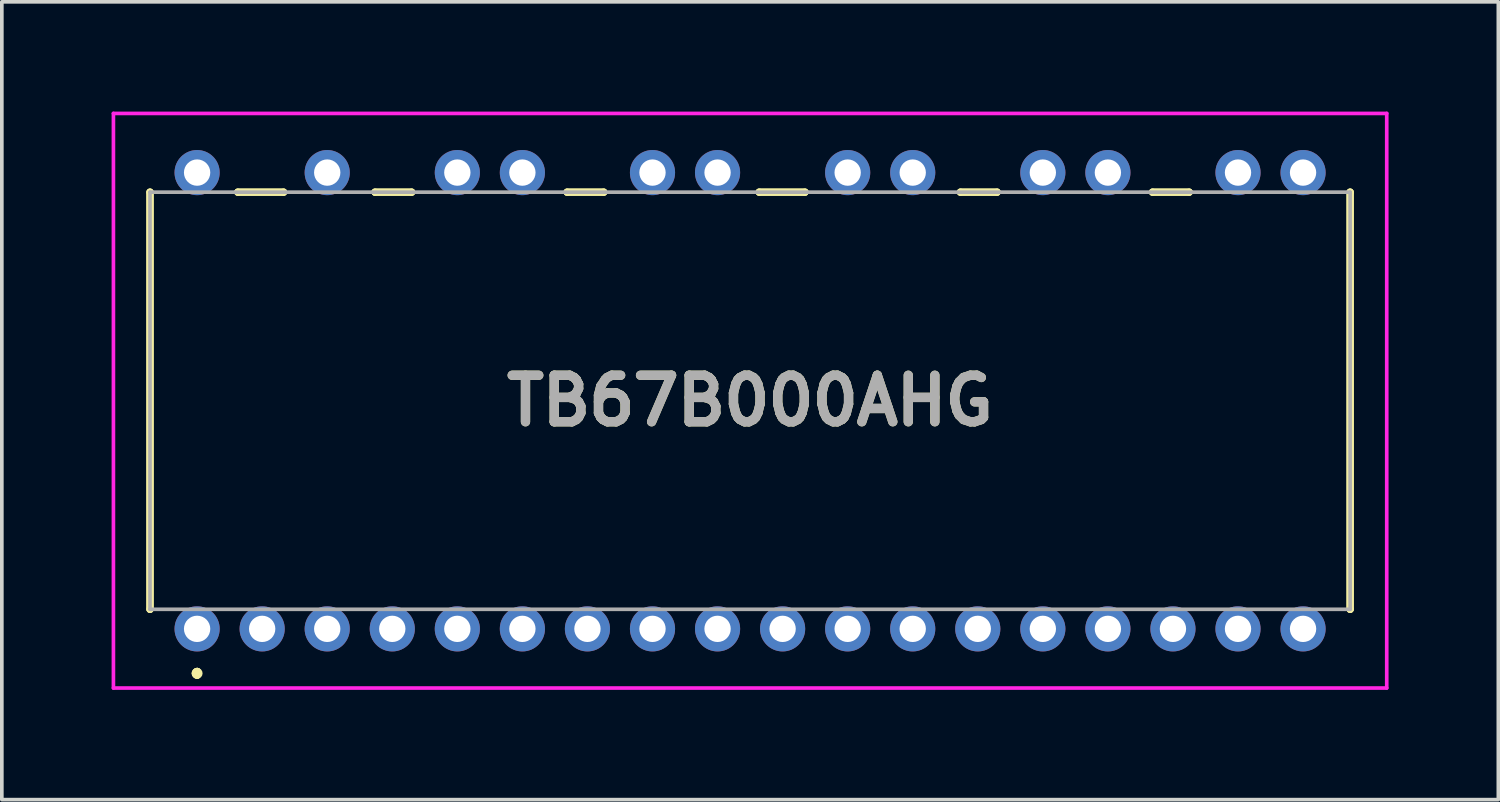
<source format=kicad_pcb>
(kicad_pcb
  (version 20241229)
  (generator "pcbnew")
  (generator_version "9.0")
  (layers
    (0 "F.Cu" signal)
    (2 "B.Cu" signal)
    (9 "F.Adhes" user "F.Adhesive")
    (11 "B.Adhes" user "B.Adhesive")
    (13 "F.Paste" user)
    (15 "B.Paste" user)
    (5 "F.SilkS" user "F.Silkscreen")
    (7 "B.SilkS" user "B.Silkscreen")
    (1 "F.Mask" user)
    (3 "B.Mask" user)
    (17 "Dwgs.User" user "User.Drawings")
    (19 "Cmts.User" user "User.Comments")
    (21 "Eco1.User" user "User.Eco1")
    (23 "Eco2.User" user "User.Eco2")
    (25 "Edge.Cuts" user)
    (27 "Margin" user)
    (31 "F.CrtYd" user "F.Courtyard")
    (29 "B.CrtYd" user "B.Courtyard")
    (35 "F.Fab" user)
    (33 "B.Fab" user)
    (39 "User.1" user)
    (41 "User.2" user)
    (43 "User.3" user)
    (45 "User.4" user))
  (footprint "TB67B000AHG"
    (layer "F.Cu")
    (at 2.337 14.137)
    (property "Reference" "TB67B000AHG" (at 15.113 -6.235 0) (layer "F.SilkS") (effects (font (size 1.27 1.27) (thickness 0.254))))
    (attr through_hole)
    (fp_line (start -1.287 -11.935) (end -1.287 -11.935) (stroke (width 0.2) (type solid)) (layer "F.SilkS"))
    (fp_line (start -1.287 -11.935) (end -1.287 -0.535) (stroke (width 0.2) (type solid)) (layer "F.SilkS"))
    (fp_line (start -1.287 -0.535) (end -1.287 -11.935) (stroke (width 0.2) (type solid)) (layer "F.SilkS"))
    (fp_line (start -1.287 -0.535) (end -1.287 -0.535) (stroke (width 0.2) (type solid)) (layer "F.SilkS"))
    (fp_line (start 0 1.165) (end 0 1.165) (stroke (width 0.2) (type solid)) (layer "F.SilkS"))
    (fp_line (start 0 1.165) (end 0 1.165) (stroke (width 0.2) (type solid)) (layer "F.SilkS"))
    (fp_line (start 0 1.265) (end 0 1.265) (stroke (width 0.2) (type solid)) (layer "F.SilkS"))
    (fp_line (start 1.113 -11.935) (end 1.113 -11.935) (stroke (width 0.2) (type solid)) (layer "F.SilkS"))
    (fp_line (start 1.113 -11.935) (end 2.363 -11.935) (stroke (width 0.2) (type solid)) (layer "F.SilkS"))
    (fp_line (start 2.363 -11.935) (end 1.113 -11.935) (stroke (width 0.2) (type solid)) (layer "F.SilkS"))
    (fp_line (start 2.363 -11.935) (end 2.363 -11.935) (stroke (width 0.2) (type solid)) (layer "F.SilkS"))
    (fp_line (start 4.863 -11.935) (end 4.863 -11.935) (stroke (width 0.2) (type solid)) (layer "F.SilkS"))
    (fp_line (start 4.863 -11.935) (end 5.863 -11.935) (stroke (width 0.2) (type solid)) (layer "F.SilkS"))
    (fp_line (start 5.863 -11.935) (end 4.863 -11.935) (stroke (width 0.2) (type solid)) (layer "F.SilkS"))
    (fp_line (start 5.863 -11.935) (end 5.863 -11.935) (stroke (width 0.2) (type solid)) (layer "F.SilkS"))
    (fp_line (start 10.113 -11.935) (end 10.113 -11.935) (stroke (width 0.2) (type solid)) (layer "F.SilkS"))
    (fp_line (start 10.113 -11.935) (end 11.113 -11.935) (stroke (width 0.2) (type solid)) (layer "F.SilkS"))
    (fp_line (start 11.113 -11.935) (end 10.113 -11.935) (stroke (width 0.2) (type solid)) (layer "F.SilkS"))
    (fp_line (start 11.113 -11.935) (end 11.113 -11.935) (stroke (width 0.2) (type solid)) (layer "F.SilkS"))
    (fp_line (start 15.363 -11.935) (end 15.363 -11.935) (stroke (width 0.2) (type solid)) (layer "F.SilkS"))
    (fp_line (start 15.363 -11.935) (end 16.613 -11.935) (stroke (width 0.2) (type solid)) (layer "F.SilkS"))
    (fp_line (start 16.613 -11.935) (end 15.363 -11.935) (stroke (width 0.2) (type solid)) (layer "F.SilkS"))
    (fp_line (start 16.613 -11.935) (end 16.613 -11.935) (stroke (width 0.2) (type solid)) (layer "F.SilkS"))
    (fp_line (start 20.863 -11.935) (end 20.863 -11.935) (stroke (width 0.2) (type solid)) (layer "F.SilkS"))
    (fp_line (start 20.863 -11.935) (end 21.863 -11.935) (stroke (width 0.2) (type solid)) (layer "F.SilkS"))
    (fp_line (start 21.863 -11.935) (end 20.863 -11.935) (stroke (width 0.2) (type solid)) (layer "F.SilkS"))
    (fp_line (start 21.863 -11.935) (end 21.863 -11.935) (stroke (width 0.2) (type solid)) (layer "F.SilkS"))
    (fp_line (start 26.113 -11.935) (end 26.113 -11.935) (stroke (width 0.2) (type solid)) (layer "F.SilkS"))
    (fp_line (start 26.113 -11.935) (end 27.113 -11.935) (stroke (width 0.2) (type solid)) (layer "F.SilkS"))
    (fp_line (start 27.113 -11.935) (end 26.113 -11.935) (stroke (width 0.2) (type solid)) (layer "F.SilkS"))
    (fp_line (start 27.113 -11.935) (end 27.113 -11.935) (stroke (width 0.2) (type solid)) (layer "F.SilkS"))
    (fp_line (start 31.513 -11.935) (end 31.513 -11.935) (stroke (width 0.2) (type solid)) (layer "F.SilkS"))
    (fp_line (start 31.513 -11.935) (end 31.513 -0.535) (stroke (width 0.2) (type solid)) (layer "F.SilkS"))
    (fp_line (start 31.513 -0.535) (end 31.513 -11.935) (stroke (width 0.2) (type solid)) (layer "F.SilkS"))
    (fp_line (start 31.513 -0.535) (end 31.513 -0.535) (stroke (width 0.2) (type solid)) (layer "F.SilkS"))
    (fp_arc (start 0 1.165) (mid 0.05 1.215) (end 0 1.265) (stroke (width 0.2) (type solid)) (layer "F.SilkS"))
    (fp_arc (start 0 1.265) (mid -0.05 1.215) (end 0 1.165) (stroke (width 0.2) (type solid)) (layer "F.SilkS"))
    (fp_arc (start 0 1.265) (mid -0.05 1.215) (end 0 1.165) (stroke (width 0.2) (type solid)) (layer "F.SilkS"))
    (fp_line (start -2.287 -14.087) (end 32.513 -14.087) (stroke (width 0.1) (type solid)) (layer "F.CrtYd"))
    (fp_line (start -2.287 1.617) (end -2.287 -14.087) (stroke (width 0.1) (type solid)) (layer "F.CrtYd"))
    (fp_line (start 32.513 -14.087) (end 32.513 1.617) (stroke (width 0.1) (type solid)) (layer "F.CrtYd"))
    (fp_line (start 32.513 1.617) (end -2.287 1.617) (stroke (width 0.1) (type solid)) (layer "F.CrtYd"))
    (fp_line (start -1.287 -11.935) (end -1.287 -0.535) (stroke (width 0.1) (type solid)) (layer "F.Fab"))
    (fp_line (start -1.287 -0.535) (end 31.513 -0.535) (stroke (width 0.1) (type solid)) (layer "F.Fab"))
    (fp_line (start 31.513 -11.935) (end -1.287 -11.935) (stroke (width 0.1) (type solid)) (layer "F.Fab"))
    (fp_line (start 31.513 -0.535) (end 31.513 -11.935) (stroke (width 0.1) (type solid)) (layer "F.Fab"))
    (fp_text user "${REFERENCE}" (at 15.113 -6.235 0) (layer "F.Fab") (effects (font (size 1.27 1.27) (thickness 0.254))))
    (pad "1" thru_hole circle (at 0 0) (size 1.234 1.234) (drill 0.72) (layers "*.Cu" "*.Mask"))
    (pad "2" thru_hole circle (at 1.778 0) (size 1.234 1.234) (drill 0.72) (layers "*.Cu" "*.Mask"))
    (pad "3" thru_hole circle (at 3.556 0) (size 1.234 1.234) (drill 0.72) (layers "*.Cu" "*.Mask"))
    (pad "4" thru_hole circle (at 5.334 0) (size 1.234 1.234) (drill 0.72) (layers "*.Cu" "*.Mask"))
    (pad "5" thru_hole circle (at 7.112 0) (size 1.234 1.234) (drill 0.72) (layers "*.Cu" "*.Mask"))
    (pad "6" thru_hole circle (at 8.89 0) (size 1.234 1.234) (drill 0.72) (layers "*.Cu" "*.Mask"))
    (pad "7" thru_hole circle (at 10.668 0) (size 1.234 1.234) (drill 0.72) (layers "*.Cu" "*.Mask"))
    (pad "8" thru_hole circle (at 12.446 0) (size 1.234 1.234) (drill 0.72) (layers "*.Cu" "*.Mask"))
    (pad "9" thru_hole circle (at 14.224 0) (size 1.234 1.234) (drill 0.72) (layers "*.Cu" "*.Mask"))
    (pad "10" thru_hole circle (at 16.002 0) (size 1.234 1.234) (drill 0.72) (layers "*.Cu" "*.Mask"))
    (pad "11" thru_hole circle (at 17.78 0) (size 1.234 1.234) (drill 0.72) (layers "*.Cu" "*.Mask"))
    (pad "12" thru_hole circle (at 19.558 0) (size 1.234 1.234) (drill 0.72) (layers "*.Cu" "*.Mask"))
    (pad "13" thru_hole circle (at 21.336 0) (size 1.234 1.234) (drill 0.72) (layers "*.Cu" "*.Mask"))
    (pad "14" thru_hole circle (at 23.114 0) (size 1.234 1.234) (drill 0.72) (layers "*.Cu" "*.Mask"))
    (pad "15" thru_hole circle (at 24.892 0) (size 1.234 1.234) (drill 0.72) (layers "*.Cu" "*.Mask"))
    (pad "16" thru_hole circle (at 26.67 0) (size 1.234 1.234) (drill 0.72) (layers "*.Cu" "*.Mask"))
    (pad "17" thru_hole circle (at 28.448 0) (size 1.234 1.234) (drill 0.72) (layers "*.Cu" "*.Mask"))
    (pad "18" thru_hole circle (at 30.226 0) (size 1.234 1.234) (drill 0.72) (layers "*.Cu" "*.Mask"))
    (pad "19" thru_hole circle (at 30.226 -12.47) (size 1.234 1.234) (drill 0.72) (layers "*.Cu" "*.Mask"))
    (pad "20" thru_hole circle (at 28.448 -12.47) (size 1.234 1.234) (drill 0.72) (layers "*.Cu" "*.Mask"))
    (pad "21" thru_hole circle (at 24.892 -12.47) (size 1.234 1.234) (drill 0.72) (layers "*.Cu" "*.Mask"))
    (pad "22" thru_hole circle (at 23.114 -12.47) (size 1.234 1.234) (drill 0.72) (layers "*.Cu" "*.Mask"))
    (pad "23" thru_hole circle (at 19.558 -12.47) (size 1.234 1.234) (drill 0.72) (layers "*.Cu" "*.Mask"))
    (pad "24" thru_hole circle (at 17.78 -12.47) (size 1.234 1.234) (drill 0.72) (layers "*.Cu" "*.Mask"))
    (pad "25" thru_hole circle (at 14.224 -12.47) (size 1.234 1.234) (drill 0.72) (layers "*.Cu" "*.Mask"))
    (pad "26" thru_hole circle (at 12.446 -12.47) (size 1.234 1.234) (drill 0.72) (layers "*.Cu" "*.Mask"))
    (pad "27" thru_hole circle (at 8.89 -12.47) (size 1.234 1.234) (drill 0.72) (layers "*.Cu" "*.Mask"))
    (pad "28" thru_hole circle (at 7.112 -12.47) (size 1.234 1.234) (drill 0.72) (layers "*.Cu" "*.Mask"))
    (pad "29" thru_hole circle (at 3.556 -12.47) (size 1.234 1.234) (drill 0.72) (layers "*.Cu" "*.Mask"))
    (pad "30" thru_hole circle (at 0 -12.47) (size 1.234 1.234) (drill 0.72) (layers "*.Cu" "*.Mask")))
  (gr_rect
    (start -3 -3)
    (end 37.9 18.804)
    (stroke (width 0.1) (type default))
    (fill no)
    (layer "Edge.Cuts")))
</source>
